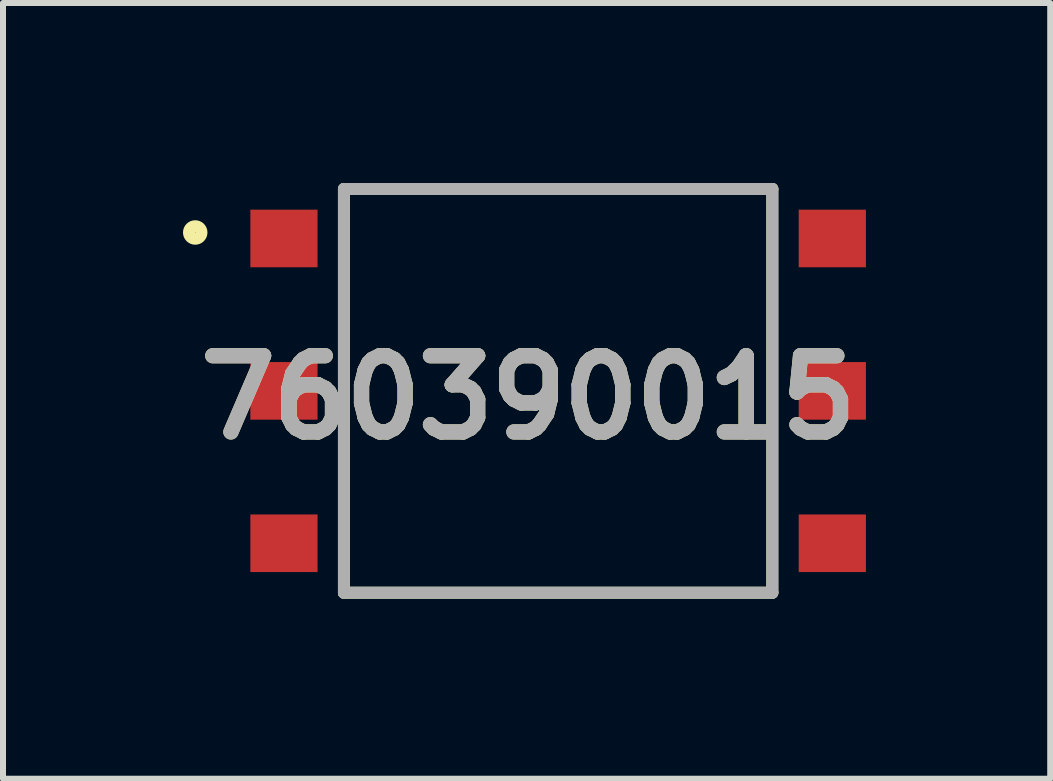
<source format=kicad_pcb>
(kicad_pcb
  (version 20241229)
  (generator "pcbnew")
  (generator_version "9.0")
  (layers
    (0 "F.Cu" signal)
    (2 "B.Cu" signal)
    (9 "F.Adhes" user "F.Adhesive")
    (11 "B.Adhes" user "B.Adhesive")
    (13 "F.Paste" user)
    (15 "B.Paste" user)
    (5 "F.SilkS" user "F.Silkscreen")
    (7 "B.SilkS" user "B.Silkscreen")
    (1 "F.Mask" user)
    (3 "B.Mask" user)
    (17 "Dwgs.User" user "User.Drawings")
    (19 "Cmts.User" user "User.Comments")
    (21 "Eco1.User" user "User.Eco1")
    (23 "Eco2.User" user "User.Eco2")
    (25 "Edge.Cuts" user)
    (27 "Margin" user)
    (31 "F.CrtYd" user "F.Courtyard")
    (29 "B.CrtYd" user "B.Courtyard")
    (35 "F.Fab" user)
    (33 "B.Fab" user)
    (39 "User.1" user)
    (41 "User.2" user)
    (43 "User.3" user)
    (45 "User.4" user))
  (footprint "760390015"
    (layer "F.Cu")
    (at 6.253 3.465)
    (property "Reference" "760390015" (at -0.495 0.11 0) (layer "F.SilkS") (effects (font (size 1.27 1.27) (thickness 0.254))))
    (attr smd)
    (fp_line (start -3.57 -3.365) (end 3.57 -3.365) (stroke (width 0.2) (type solid)) (layer "F.SilkS"))
    (fp_line (start -3.57 3.365) (end -3.57 -3.365) (stroke (width 0.2) (type solid)) (layer "F.SilkS"))
    (fp_line (start 3.57 -3.365) (end 3.57 3.365) (stroke (width 0.2) (type solid)) (layer "F.SilkS"))
    (fp_line (start 3.57 3.365) (end -3.57 3.365) (stroke (width 0.2) (type solid)) (layer "F.SilkS"))
    (fp_circle (center -6.049 -2.64) (end -6.049 -2.536) (stroke (width 0.2) (type solid)) (fill no) (layer "F.SilkS"))
    (fp_line (start -3.57 -3.365) (end 3.57 -3.365) (stroke (width 0.2) (type solid)) (layer "F.Fab"))
    (fp_line (start -3.57 3.365) (end -3.57 -3.365) (stroke (width 0.2) (type solid)) (layer "F.Fab"))
    (fp_line (start 3.57 -3.365) (end 3.57 3.365) (stroke (width 0.2) (type solid)) (layer "F.Fab"))
    (fp_line (start 3.57 3.365) (end -3.57 3.365) (stroke (width 0.2) (type solid)) (layer "F.Fab"))
    (fp_text user "${REFERENCE}" (at -0.495 0.11 0) (layer "F.Fab") (effects (font (size 1.27 1.27) (thickness 0.254))))
    (pad "1" smd rect (at -4.57 -2.54 90) (size 0.96 1.12) (layers "F.Cu" "F.Mask" "F.Paste"))
    (pad "2" smd rect (at -4.57 0 90) (size 0.96 1.12) (layers "F.Cu" "F.Mask" "F.Paste"))
    (pad "3" smd rect (at -4.57 2.54 90) (size 0.96 1.12) (layers "F.Cu" "F.Mask" "F.Paste"))
    (pad "4" smd rect (at 4.57 2.54 90) (size 0.96 1.12) (layers "F.Cu" "F.Mask" "F.Paste"))
    (pad "5" smd rect (at 4.57 0 90) (size 0.96 1.12) (layers "F.Cu" "F.Mask" "F.Paste"))
    (pad "6" smd rect (at 4.57 -2.54 90) (size 0.96 1.12) (layers "F.Cu" "F.Mask" "F.Paste")))
  (gr_rect
    (start -3 -3)
    (end 14.455 9.93)
    (stroke (width 0.1) (type default))
    (fill no)
    (layer "Edge.Cuts")))
</source>
